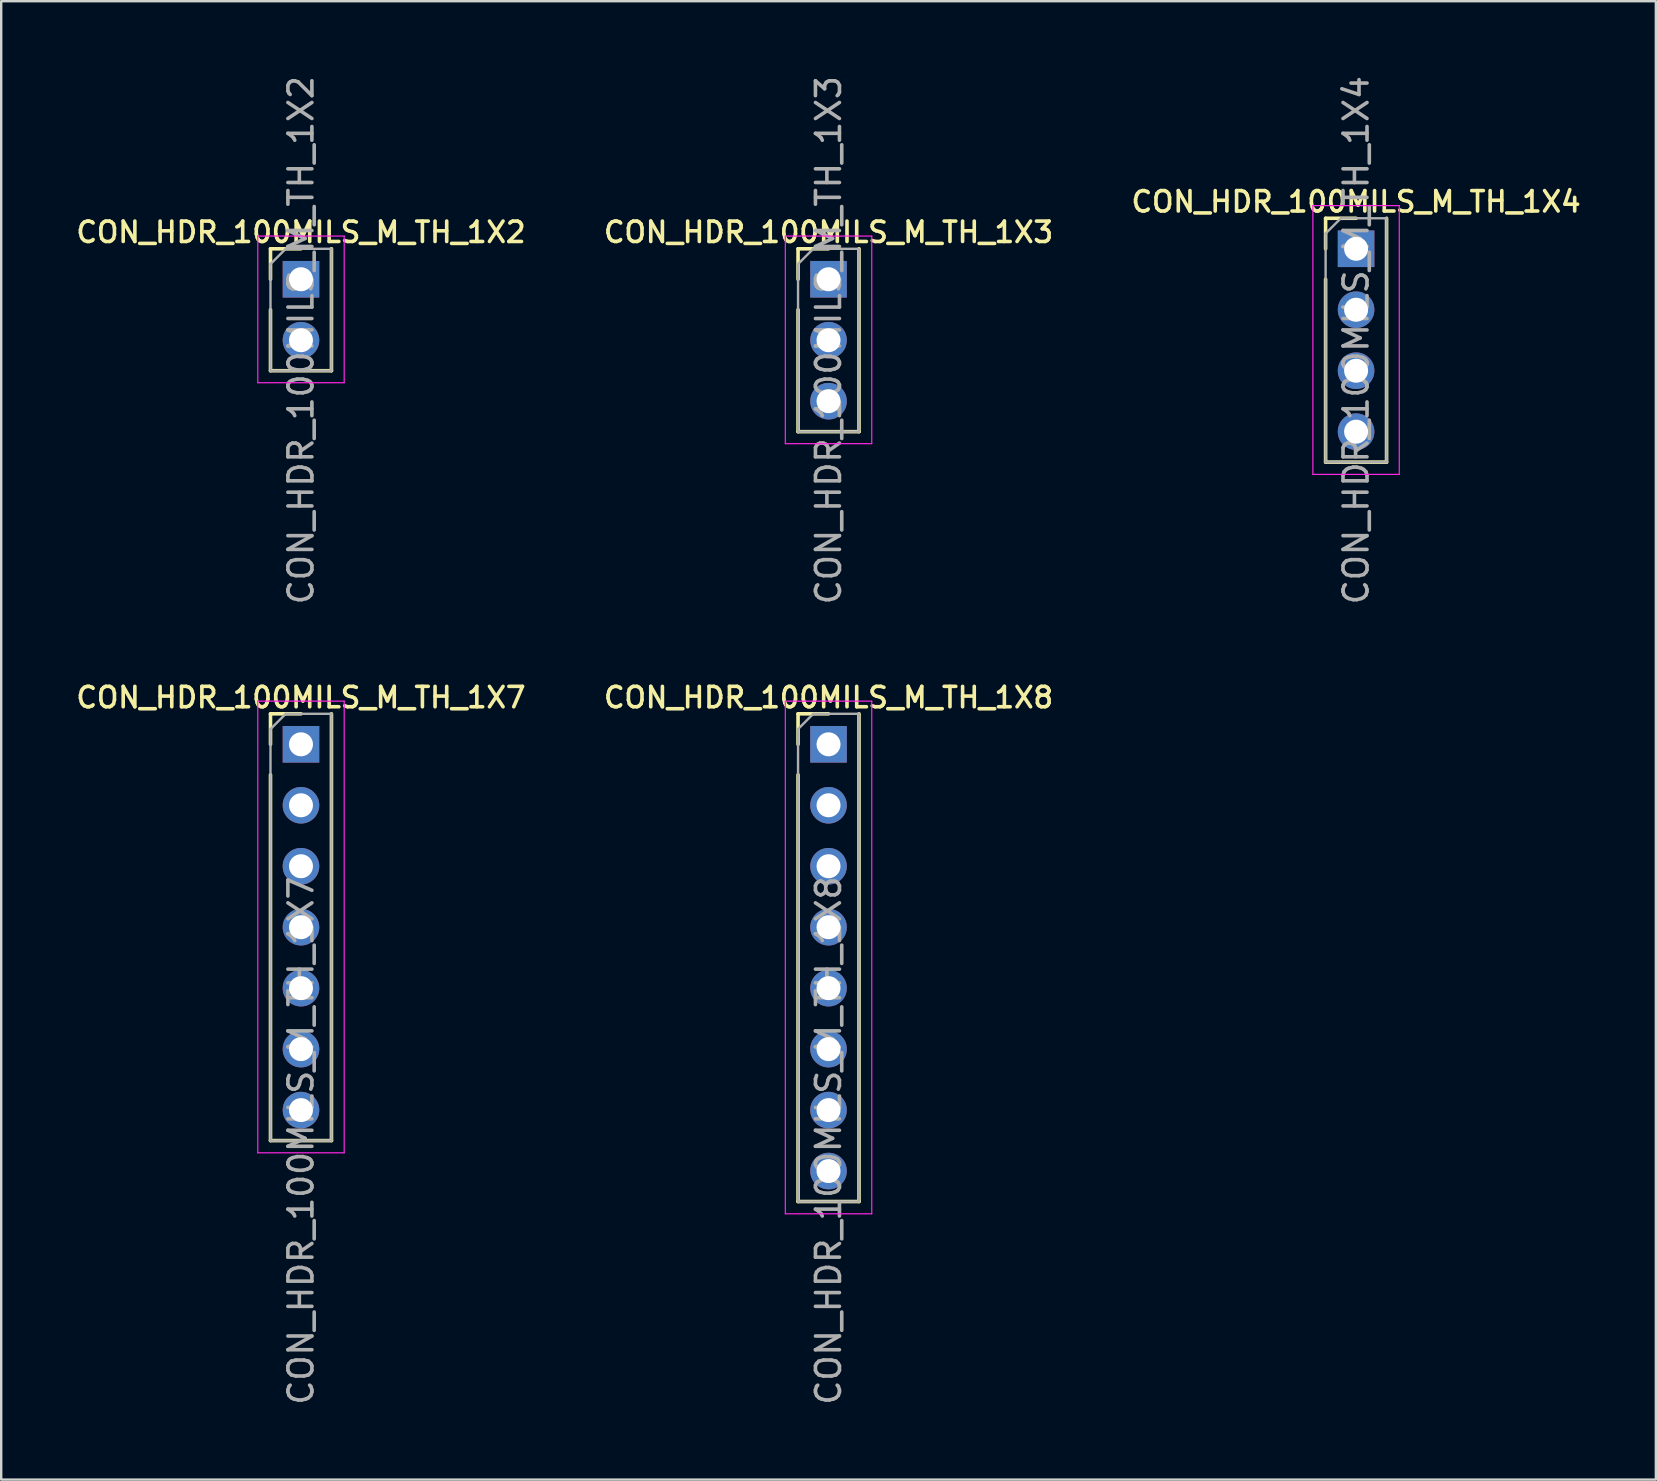
<source format=kicad_pcb>
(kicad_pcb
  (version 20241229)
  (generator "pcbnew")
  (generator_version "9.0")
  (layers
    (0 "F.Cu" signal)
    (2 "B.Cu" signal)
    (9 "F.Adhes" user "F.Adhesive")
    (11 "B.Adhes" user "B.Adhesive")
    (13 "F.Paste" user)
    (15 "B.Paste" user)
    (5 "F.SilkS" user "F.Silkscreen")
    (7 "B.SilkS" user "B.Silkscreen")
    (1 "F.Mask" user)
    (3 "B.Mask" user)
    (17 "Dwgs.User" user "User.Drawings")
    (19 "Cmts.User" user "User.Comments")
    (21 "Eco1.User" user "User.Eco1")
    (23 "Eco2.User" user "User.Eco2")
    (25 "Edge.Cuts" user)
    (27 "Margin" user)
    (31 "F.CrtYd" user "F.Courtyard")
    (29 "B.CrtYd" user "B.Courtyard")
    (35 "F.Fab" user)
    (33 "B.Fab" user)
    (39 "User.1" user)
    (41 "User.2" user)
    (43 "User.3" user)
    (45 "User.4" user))
  (footprint "CON_HDR_100MILS_M_TH_1X4"
    (layer "F.Cu")
    (at 53.45 11.125)
    (property "Reference" "CON_HDR_100MILS_M_TH_1X4" (at 0 -5.77 0) (layer "F.SilkS") (effects (font (size 0.85 0.85) (thickness 0.15))))
    (attr through_hole)
    (fp_line (start -1.27 -5.08) (end 0 -5.08) (stroke (width 0.15) (type solid)) (layer "F.SilkS"))
    (fp_line (start -1.27 -3.81) (end -1.27 -5.08) (stroke (width 0.15) (type solid)) (layer "F.SilkS"))
    (fp_line (start -1.27 -2.54) (end -1.27 5.08) (stroke (width 0.15) (type solid)) (layer "F.SilkS"))
    (fp_line (start -1.27 5.08) (end 1.27 5.08) (stroke (width 0.15) (type solid)) (layer "F.SilkS"))
    (fp_line (start 1.27 5.08) (end 1.27 -5.08) (stroke (width 0.15) (type solid)) (layer "F.SilkS"))
    (fp_line (start -1.8 -5.61) (end -1.8 5.59) (stroke (width 0.05) (type solid)) (layer "F.CrtYd"))
    (fp_line (start -1.8 5.59) (end 1.8 5.59) (stroke (width 0.05) (type solid)) (layer "F.CrtYd"))
    (fp_line (start 1.8 -5.61) (end -1.8 -5.61) (stroke (width 0.05) (type solid)) (layer "F.CrtYd"))
    (fp_line (start 1.8 5.59) (end 1.8 -5.61) (stroke (width 0.05) (type solid)) (layer "F.CrtYd"))
    (fp_line (start -1.27 -4.445) (end -0.635 -5.08) (stroke (width 0.1) (type solid)) (layer "F.Fab"))
    (fp_line (start -1.27 5.08) (end -1.27 -4.445) (stroke (width 0.1) (type solid)) (layer "F.Fab"))
    (fp_line (start -0.635 -5.08) (end 1.27 -5.08) (stroke (width 0.1) (type solid)) (layer "F.Fab"))
    (fp_line (start 1.27 -5.08) (end 1.27 5.08) (stroke (width 0.1) (type solid)) (layer "F.Fab"))
    (fp_line (start 1.27 5.08) (end -1.27 5.08) (stroke (width 0.1) (type solid)) (layer "F.Fab"))
    (fp_text user "${REFERENCE}" (at 0 0 90) (layer "F.Fab") (effects (font (size 1 1) (thickness 0.15))))
    (pad "1" thru_hole rect (at 0 -3.81) (size 1.524 1.524) (drill 1) (layers "*.Cu" "*.Mask"))
    (pad "2" thru_hole circle (at 0 -1.27) (size 1.524 1.524) (drill 1) (layers "*.Cu" "*.Mask"))
    (pad "3" thru_hole circle (at 0 1.27) (size 1.524 1.524) (drill 1) (layers "*.Cu" "*.Mask"))
    (pad "4" thru_hole circle (at 0 3.81) (size 1.524 1.524) (drill 1) (layers "*.Cu" "*.Mask")))
  (footprint "CON_HDR_100MILS_M_TH_1X8"
    (layer "F.Cu")
    (at 31.47 36.851)
    (property "Reference" "CON_HDR_100MILS_M_TH_1X8" (at 0 -10.84 0) (layer "F.SilkS") (effects (font (size 0.85 0.85) (thickness 0.15))))
    (attr through_hole)
    (fp_line (start -1.27 -10.16) (end 0 -10.16) (stroke (width 0.15) (type solid)) (layer "F.SilkS"))
    (fp_line (start -1.27 -8.89) (end -1.27 -10.16) (stroke (width 0.15) (type solid)) (layer "F.SilkS"))
    (fp_line (start -1.27 -7.62) (end -1.27 10.16) (stroke (width 0.15) (type solid)) (layer "F.SilkS"))
    (fp_line (start -1.27 10.16) (end 1.27 10.16) (stroke (width 0.15) (type solid)) (layer "F.SilkS"))
    (fp_line (start 1.27 -10.16) (end 1.27 10.16) (stroke (width 0.15) (type solid)) (layer "F.SilkS"))
    (fp_line (start -1.8 -10.69) (end -1.8 10.67) (stroke (width 0.05) (type solid)) (layer "F.CrtYd"))
    (fp_line (start -1.8 10.67) (end 1.8 10.67) (stroke (width 0.05) (type solid)) (layer "F.CrtYd"))
    (fp_line (start 1.8 -10.69) (end -1.8 -10.69) (stroke (width 0.05) (type solid)) (layer "F.CrtYd"))
    (fp_line (start 1.8 10.67) (end 1.8 -10.69) (stroke (width 0.05) (type solid)) (layer "F.CrtYd"))
    (fp_line (start -1.27 -9.525) (end -0.635 -10.16) (stroke (width 0.1) (type solid)) (layer "F.Fab"))
    (fp_line (start -1.27 10.16) (end -1.27 -9.525) (stroke (width 0.1) (type solid)) (layer "F.Fab"))
    (fp_line (start -0.635 -10.16) (end 1.27 -10.16) (stroke (width 0.1) (type solid)) (layer "F.Fab"))
    (fp_line (start 1.27 -10.16) (end 1.27 10.16) (stroke (width 0.1) (type solid)) (layer "F.Fab"))
    (fp_line (start 1.27 10.16) (end -1.27 10.16) (stroke (width 0.1) (type solid)) (layer "F.Fab"))
    (fp_text user "${REFERENCE}" (at 0 7.62 90) (layer "F.Fab") (effects (font (size 1 1) (thickness 0.15))))
    (pad "1" thru_hole rect (at 0 -8.89) (size 1.524 1.524) (drill 1) (layers "*.Cu" "*.Mask"))
    (pad "2" thru_hole circle (at 0 -6.35) (size 1.524 1.524) (drill 1) (layers "*.Cu" "*.Mask"))
    (pad "3" thru_hole circle (at 0 -3.81) (size 1.524 1.524) (drill 1) (layers "*.Cu" "*.Mask"))
    (pad "4" thru_hole circle (at 0 -1.27) (size 1.524 1.524) (drill 1) (layers "*.Cu" "*.Mask"))
    (pad "5" thru_hole circle (at 0 1.27) (size 1.524 1.524) (drill 1) (layers "*.Cu" "*.Mask"))
    (pad "6" thru_hole circle (at 0 3.81) (size 1.524 1.524) (drill 1) (layers "*.Cu" "*.Mask"))
    (pad "7" thru_hole circle (at 0 6.35) (size 1.524 1.524) (drill 1) (layers "*.Cu" "*.Mask"))
    (pad "8" thru_hole circle (at 0 8.89) (size 1.524 1.524) (drill 1) (layers "*.Cu" "*.Mask")))
  (footprint "CON_HDR_100MILS_M_TH_1X2"
    (layer "F.Cu")
    (at 9.49 9.855)
    (property "Reference" "CON_HDR_100MILS_M_TH_1X2" (at 0 -3.23 0) (layer "F.SilkS") (effects (font (size 0.85 0.85) (thickness 0.15))))
    (attr through_hole)
    (fp_line (start -1.27 -2.54) (end 0 -2.54) (stroke (width 0.15) (type solid)) (layer "F.SilkS"))
    (fp_line (start -1.27 -1.27) (end -1.27 -2.54) (stroke (width 0.15) (type solid)) (layer "F.SilkS"))
    (fp_line (start -1.27 0) (end -1.27 2.54) (stroke (width 0.15) (type solid)) (layer "F.SilkS"))
    (fp_line (start -1.27 2.54) (end 1.27 2.54) (stroke (width 0.15) (type solid)) (layer "F.SilkS"))
    (fp_line (start 1.27 -2.54) (end 1.27 2.54) (stroke (width 0.15) (type solid)) (layer "F.SilkS"))
    (fp_line (start -1.8 -3.07) (end -1.8 3.04) (stroke (width 0.05) (type solid)) (layer "F.CrtYd"))
    (fp_line (start -1.8 3.04) (end 1.8 3.04) (stroke (width 0.05) (type solid)) (layer "F.CrtYd"))
    (fp_line (start 1.8 -3.07) (end -1.8 -3.07) (stroke (width 0.05) (type solid)) (layer "F.CrtYd"))
    (fp_line (start 1.8 3.04) (end 1.8 -3.07) (stroke (width 0.05) (type solid)) (layer "F.CrtYd"))
    (fp_line (start -1.27 -1.905) (end -0.635 -2.54) (stroke (width 0.1) (type solid)) (layer "F.Fab"))
    (fp_line (start -1.27 2.54) (end -1.27 -1.905) (stroke (width 0.1) (type solid)) (layer "F.Fab"))
    (fp_line (start -0.635 -2.54) (end 1.27 -2.54) (stroke (width 0.1) (type solid)) (layer "F.Fab"))
    (fp_line (start 1.27 -2.54) (end 1.27 2.54) (stroke (width 0.1) (type solid)) (layer "F.Fab"))
    (fp_line (start 1.27 2.54) (end -1.27 2.54) (stroke (width 0.1) (type solid)) (layer "F.Fab"))
    (fp_text user "${REFERENCE}" (at 0 1.27 90) (layer "F.Fab") (effects (font (size 1 1) (thickness 0.15))))
    (pad "1" thru_hole rect (at 0 -1.27) (size 1.524 1.524) (drill 1) (layers "*.Cu" "*.Mask"))
    (pad "2" thru_hole circle (at 0 1.27) (size 1.524 1.524) (drill 1) (layers "*.Cu" "*.Mask")))
  (footprint "CON_HDR_100MILS_M_TH_1X7"
    (layer "F.Cu")
    (at 9.49 35.581)
    (property "Reference" "CON_HDR_100MILS_M_TH_1X7" (at 0 -9.57 0) (layer "F.SilkS") (effects (font (size 0.85 0.85) (thickness 0.15))))
    (attr through_hole)
    (fp_line (start -1.27 -8.89) (end 0 -8.89) (stroke (width 0.15) (type solid)) (layer "F.SilkS"))
    (fp_line (start -1.27 -7.62) (end -1.27 -8.89) (stroke (width 0.15) (type solid)) (layer "F.SilkS"))
    (fp_line (start -1.27 -6.35) (end -1.27 8.89) (stroke (width 0.15) (type solid)) (layer "F.SilkS"))
    (fp_line (start -1.27 8.89) (end 1.27 8.89) (stroke (width 0.15) (type solid)) (layer "F.SilkS"))
    (fp_line (start 1.27 -8.89) (end 1.27 8.89) (stroke (width 0.15) (type solid)) (layer "F.SilkS"))
    (fp_line (start -1.8 -9.42) (end -1.8 9.4) (stroke (width 0.05) (type solid)) (layer "F.CrtYd"))
    (fp_line (start -1.8 9.4) (end 1.8 9.4) (stroke (width 0.05) (type solid)) (layer "F.CrtYd"))
    (fp_line (start 1.8 -9.42) (end -1.8 -9.42) (stroke (width 0.05) (type solid)) (layer "F.CrtYd"))
    (fp_line (start 1.8 9.4) (end 1.8 -9.42) (stroke (width 0.05) (type solid)) (layer "F.CrtYd"))
    (fp_line (start -1.27 -8.255) (end -0.635 -8.89) (stroke (width 0.1) (type solid)) (layer "F.Fab"))
    (fp_line (start -1.27 8.89) (end -1.27 -8.255) (stroke (width 0.1) (type solid)) (layer "F.Fab"))
    (fp_line (start -0.635 -8.89) (end 1.27 -8.89) (stroke (width 0.1) (type solid)) (layer "F.Fab"))
    (fp_line (start 1.27 -8.89) (end 1.27 8.89) (stroke (width 0.1) (type solid)) (layer "F.Fab"))
    (fp_line (start 1.27 8.89) (end -1.27 8.89) (stroke (width 0.1) (type solid)) (layer "F.Fab"))
    (fp_text user "${REFERENCE}" (at 0 8.89 90) (layer "F.Fab") (effects (font (size 1 1) (thickness 0.15))))
    (pad "1" thru_hole rect (at 0 -7.62) (size 1.524 1.524) (drill 1) (layers "*.Cu" "*.Mask"))
    (pad "2" thru_hole circle (at 0 -5.08) (size 1.524 1.524) (drill 1) (layers "*.Cu" "*.Mask"))
    (pad "3" thru_hole circle (at 0 -2.54) (size 1.524 1.524) (drill 1) (layers "*.Cu" "*.Mask"))
    (pad "4" thru_hole circle (at 0 0) (size 1.524 1.524) (drill 1) (layers "*.Cu" "*.Mask"))
    (pad "5" thru_hole circle (at 0 2.54) (size 1.524 1.524) (drill 1) (layers "*.Cu" "*.Mask"))
    (pad "6" thru_hole circle (at 0 5.08) (size 1.524 1.524) (drill 1) (layers "*.Cu" "*.Mask"))
    (pad "7" thru_hole circle (at 0 7.62) (size 1.524 1.524) (drill 1) (layers "*.Cu" "*.Mask")))
  (footprint "CON_HDR_100MILS_M_TH_1X3"
    (layer "F.Cu")
    (at 31.47 11.125)
    (property "Reference" "CON_HDR_100MILS_M_TH_1X3" (at 0 -4.5 0) (layer "F.SilkS") (effects (font (size 0.85 0.85) (thickness 0.15))))
    (attr through_hole)
    (fp_line (start -1.27 -3.81) (end 0 -3.81) (stroke (width 0.15) (type solid)) (layer "F.SilkS"))
    (fp_line (start -1.27 -2.54) (end -1.27 -3.81) (stroke (width 0.15) (type solid)) (layer "F.SilkS"))
    (fp_line (start -1.27 -1.27) (end -1.27 3.81) (stroke (width 0.15) (type solid)) (layer "F.SilkS"))
    (fp_line (start -1.27 3.81) (end 1.27 3.81) (stroke (width 0.15) (type solid)) (layer "F.SilkS"))
    (fp_line (start 1.27 -3.81) (end 1.27 3.81) (stroke (width 0.15) (type solid)) (layer "F.SilkS"))
    (fp_line (start -1.8 -4.34) (end -1.8 4.31) (stroke (width 0.05) (type solid)) (layer "F.CrtYd"))
    (fp_line (start -1.8 4.31) (end 1.8 4.31) (stroke (width 0.05) (type solid)) (layer "F.CrtYd"))
    (fp_line (start 1.8 -4.34) (end -1.8 -4.34) (stroke (width 0.05) (type solid)) (layer "F.CrtYd"))
    (fp_line (start 1.8 4.31) (end 1.8 -4.34) (stroke (width 0.05) (type solid)) (layer "F.CrtYd"))
    (fp_line (start -1.27 -3.175) (end -0.635 -3.81) (stroke (width 0.1) (type solid)) (layer "F.Fab"))
    (fp_line (start -1.27 3.81) (end -1.27 -3.175) (stroke (width 0.1) (type solid)) (layer "F.Fab"))
    (fp_line (start -0.635 -3.81) (end 1.27 -3.81) (stroke (width 0.1) (type solid)) (layer "F.Fab"))
    (fp_line (start 1.27 -3.81) (end 1.27 3.81) (stroke (width 0.1) (type solid)) (layer "F.Fab"))
    (fp_line (start 1.27 3.81) (end -1.27 3.81) (stroke (width 0.1) (type solid)) (layer "F.Fab"))
    (fp_text user "${REFERENCE}" (at 0 0 90) (layer "F.Fab") (effects (font (size 1 1) (thickness 0.15))))
    (pad "1" thru_hole rect (at 0 -2.54) (size 1.524 1.524) (drill 1) (layers "*.Cu" "*.Mask"))
    (pad "2" thru_hole circle (at 0 0) (size 1.524 1.524) (drill 1) (layers "*.Cu" "*.Mask"))
    (pad "3" thru_hole circle (at 0 2.54) (size 1.524 1.524) (drill 1) (layers "*.Cu" "*.Mask")))
  (gr_rect
    (start -3 -3)
    (end 65.94 58.596)
    (stroke (width 0.1) (type default))
    (fill no)
    (layer "Edge.Cuts")))
</source>
